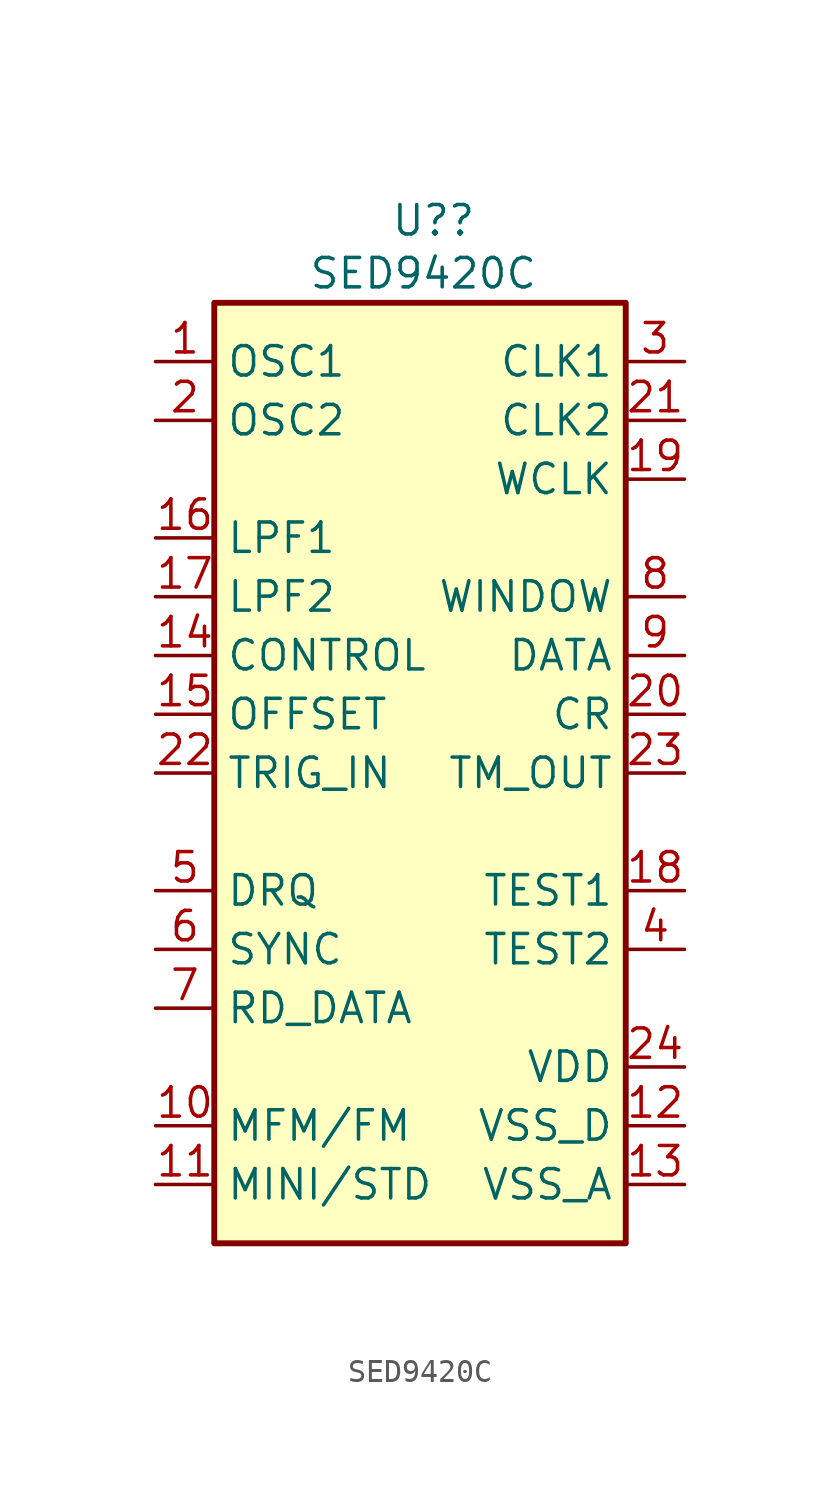
<source format=kicad_sym>
(kicad_symbol_lib
  (version 20241209)
  (generator "kicad_symbol_editor")
  (generator_version "9.0")
  (symbol "SED9420C"
    (property "Reference" "U?"
      (at -1.27 26.416 0)
      (effects (font (size 1.27 1.27)) (justify left)))
    (property "Value" "SED9420C"
      (at -4.826 24.13 0)
      (effects (font (size 1.27 1.27)) (justify left)))
    (symbol "SED9420C_1_1"
      (rectangle (start -8.89 22.86) (end 8.89 -17.78) (stroke (width 0.254) (type solid)) (fill (type background)))
      (pin passive line (at -11.43 20.32 0) (length 2.54) (name "OSC1" (effects (font (size 1.27 1.27)))) (number "1" (effects (font (size 1.27 1.27)))))
      (pin passive line (at -11.43 17.78 0) (length 2.54) (name "OSC2" (effects (font (size 1.27 1.27)))) (number "2" (effects (font (size 1.27 1.27)))))
      (pin passive line (at -11.43 12.7 0) (length 2.54) (name "LPF1" (effects (font (size 1.27 1.27)))) (number "16" (effects (font (size 1.27 1.27)))))
      (pin passive line (at -11.43 10.16 0) (length 2.54) (name "LPF2" (effects (font (size 1.27 1.27)))) (number "17" (effects (font (size 1.27 1.27)))))
      (pin passive line (at -11.43 7.62 0) (length 2.54) (name "CONTROL" (effects (font (size 1.27 1.27)))) (number "14" (effects (font (size 1.27 1.27)))))
      (pin passive line (at -11.43 5.08 0) (length 2.54) (name "OFFSET" (effects (font (size 1.27 1.27)))) (number "15" (effects (font (size 1.27 1.27)))))
      (pin passive line (at -11.43 2.54 0) (length 2.54) (name "TRIG_IN" (effects (font (size 1.27 1.27)))) (number "22" (effects (font (size 1.27 1.27)))))
      (pin passive line (at -11.43 -2.54 0) (length 2.54) (name "DRQ" (effects (font (size 1.27 1.27)))) (number "5" (effects (font (size 1.27 1.27)))))
      (pin passive line (at -11.43 -5.08 0) (length 2.54) (name "SYNC" (effects (font (size 1.27 1.27)))) (number "6" (effects (font (size 1.27 1.27)))))
      (pin passive line (at -11.43 -7.62 0) (length 2.54) (name "RD_DATA" (effects (font (size 1.27 1.27)))) (number "7" (effects (font (size 1.27 1.27)))))
      (pin passive line (at -11.43 -12.7 0) (length 2.54) (name "MFM/FM" (effects (font (size 1.27 1.27)))) (number "10" (effects (font (size 1.27 1.27)))))
      (pin passive line (at -11.43 -15.24 0) (length 2.54) (name "MINI/STD" (effects (font (size 1.27 1.27)))) (number "11" (effects (font (size 1.27 1.27)))))
      (pin passive line (at 11.43 20.32 180) (length 2.54) (name "CLK1" (effects (font (size 1.27 1.27)))) (number "3" (effects (font (size 1.27 1.27)))))
      (pin passive line (at 11.43 17.78 180) (length 2.54) (name "CLK2" (effects (font (size 1.27 1.27)))) (number "21" (effects (font (size 1.27 1.27)))))
      (pin passive line (at 11.43 15.24 180) (length 2.54) (name "WCLK" (effects (font (size 1.27 1.27)))) (number "19" (effects (font (size 1.27 1.27)))))
      (pin passive line (at 11.43 10.16 180) (length 2.54) (name "WINDOW" (effects (font (size 1.27 1.27)))) (number "8" (effects (font (size 1.27 1.27)))))
      (pin passive line (at 11.43 7.62 180) (length 2.54) (name "DATA" (effects (font (size 1.27 1.27)))) (number "9" (effects (font (size 1.27 1.27)))))
      (pin passive line (at 11.43 5.08 180) (length 2.54) (name "CR" (effects (font (size 1.27 1.27)))) (number "20" (effects (font (size 1.27 1.27)))))
      (pin passive line (at 11.43 2.54 180) (length 2.54) (name "TM_OUT" (effects (font (size 1.27 1.27)))) (number "23" (effects (font (size 1.27 1.27)))))
      (pin passive line (at 11.43 -2.54 180) (length 2.54) (name "TEST1" (effects (font (size 1.27 1.27)))) (number "18" (effects (font (size 1.27 1.27)))))
      (pin passive line (at 11.43 -5.08 180) (length 2.54) (name "TEST2" (effects (font (size 1.27 1.27)))) (number "4" (effects (font (size 1.27 1.27)))))
      (pin passive line (at 11.43 -10.16 180) (length 2.54) (name "VDD" (effects (font (size 1.27 1.27)))) (number "24" (effects (font (size 1.27 1.27)))))
      (pin passive line (at 11.43 -12.7 180) (length 2.54) (name "VSS_D" (effects (font (size 1.27 1.27)))) (number "12" (effects (font (size 1.27 1.27)))))
      (pin passive line (at 11.43 -15.24 180) (length 2.54) (name "VSS_A" (effects (font (size 1.27 1.27)))) (number "13" (effects (font (size 1.27 1.27))))))))
</source>
